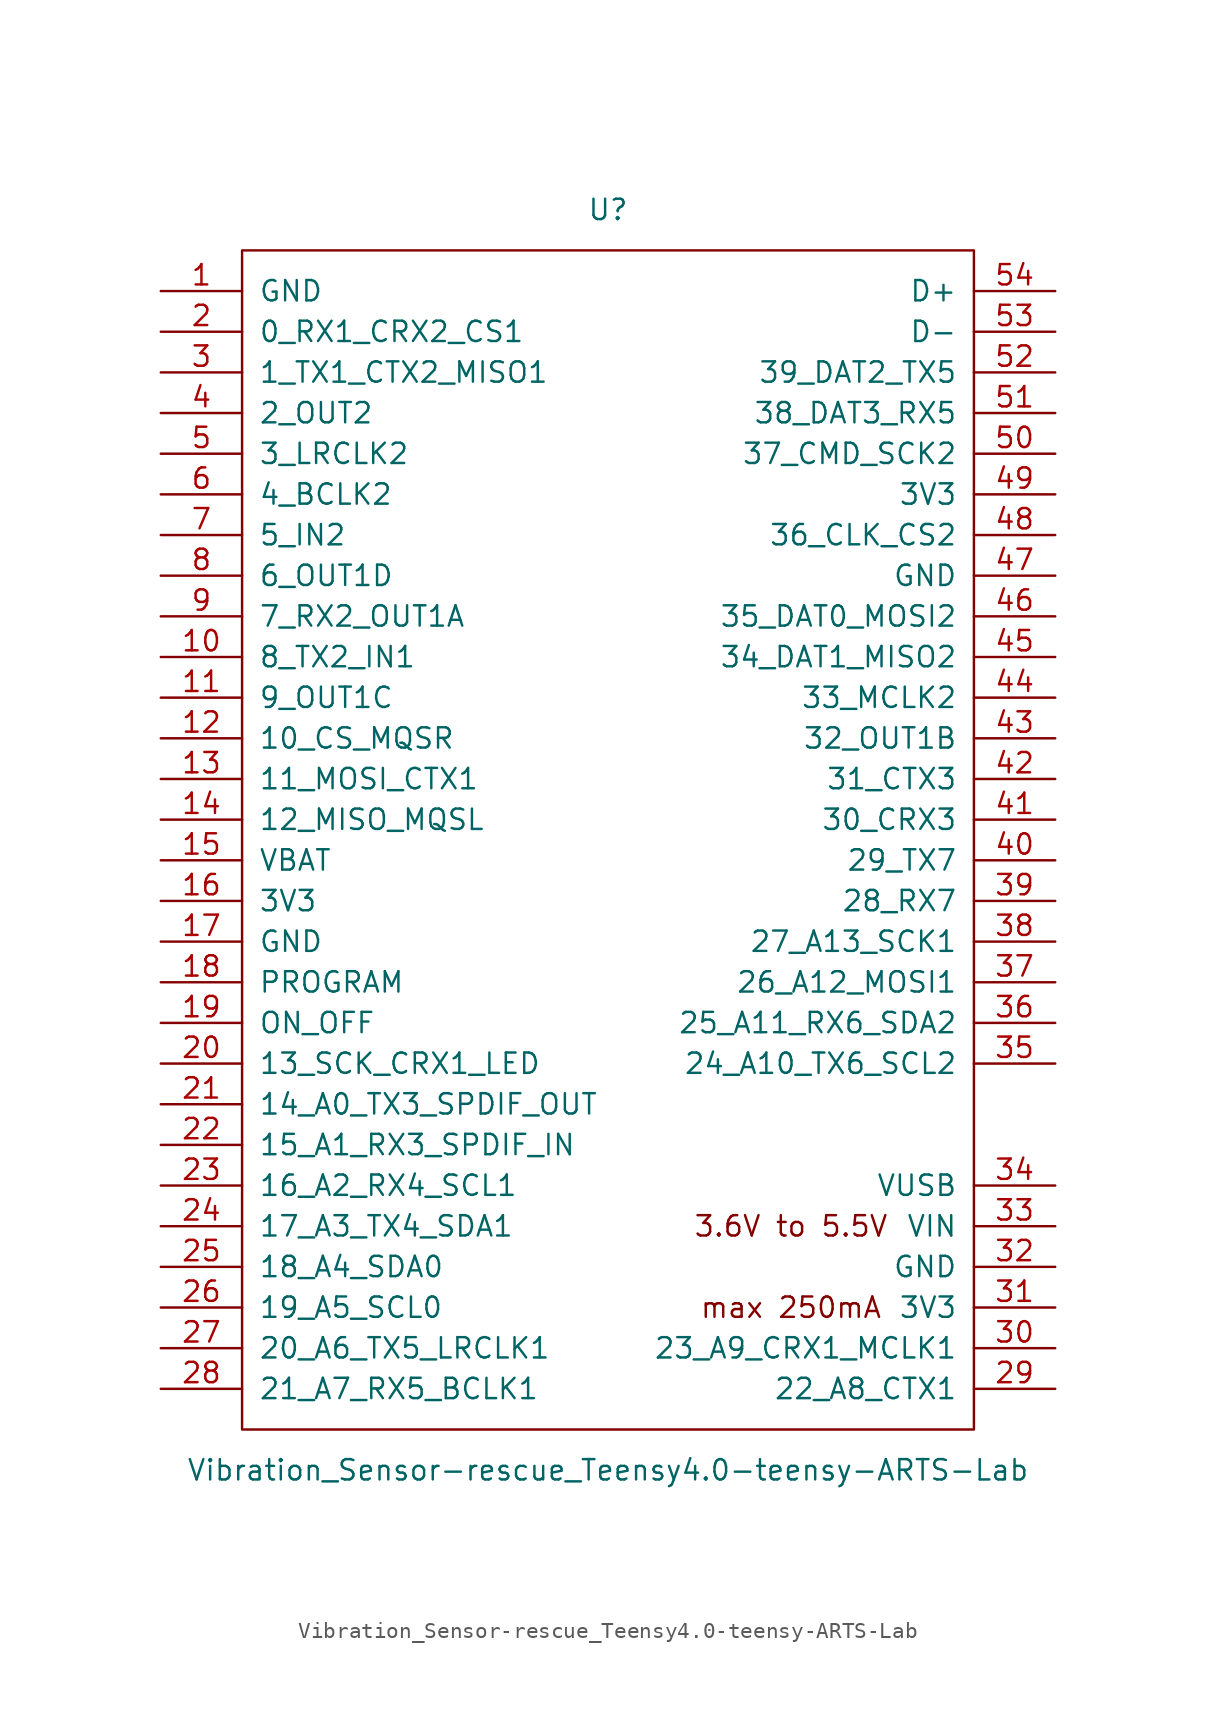
<source format=kicad_sym>
(kicad_symbol_lib
  (version 20220914)
  (generator kicad_symbol_editor)
  (symbol "Vibration_Sensor-rescue_Teensy4.0-teensy-ARTS-Lab"
    (pin_names
      (offset 1.016))
    (property "Reference" "U"
      (at 0 39.37 0)
      (effects (font (size 1.27 1.27))))
    (property "Value" "Vibration_Sensor-rescue_Teensy4.0-teensy-ARTS-Lab"
      (at 0 -39.37 0)
      (effects (font (size 1.27 1.27))))
    (symbol "Vibration_Sensor-rescue_Teensy4.0-teensy-ARTS-Lab_0_0"
      (text "3.6V to 5.5V" (at 11.43 -24.13 0) (effects (font (size 1.27 1.27))))
      (text "max 250mA" (at 11.43 -29.21 0) (effects (font (size 1.27 1.27))))
      (pin bidirectional line (at -27.94 11.43 0) (length 5.08) (name "8_TX2_IN1" (effects (font (size 1.27 1.27)))) (number "10" (effects (font (size 1.27 1.27)))))
      (pin bidirectional line (at -27.94 8.89 0) (length 5.08) (name "9_OUT1C" (effects (font (size 1.27 1.27)))) (number "11" (effects (font (size 1.27 1.27)))))
      (pin bidirectional line (at -27.94 6.35 0) (length 5.08) (name "10_CS_MQSR" (effects (font (size 1.27 1.27)))) (number "12" (effects (font (size 1.27 1.27)))))
      (pin bidirectional line (at -27.94 3.81 0) (length 5.08) (name "11_MOSI_CTX1" (effects (font (size 1.27 1.27)))) (number "13" (effects (font (size 1.27 1.27)))))
      (pin bidirectional line (at -27.94 1.27 0) (length 5.08) (name "12_MISO_MQSL" (effects (font (size 1.27 1.27)))) (number "14" (effects (font (size 1.27 1.27)))))
      (pin power_in line (at -27.94 -1.27 0) (length 5.08) (name "VBAT" (effects (font (size 1.27 1.27)))) (number "15" (effects (font (size 1.27 1.27)))))
      (pin power_in line (at -27.94 -3.81 0) (length 5.08) (name "3V3" (effects (font (size 1.27 1.27)))) (number "16" (effects (font (size 1.27 1.27)))))
      (pin power_in line (at -27.94 -6.35 0) (length 5.08) (name "GND" (effects (font (size 1.27 1.27)))) (number "17" (effects (font (size 1.27 1.27)))))
      (pin input line (at -27.94 -8.89 0) (length 5.08) (name "PROGRAM" (effects (font (size 1.27 1.27)))) (number "18" (effects (font (size 1.27 1.27)))))
      (pin input line (at -27.94 -11.43 0) (length 5.08) (name "ON_OFF" (effects (font (size 1.27 1.27)))) (number "19" (effects (font (size 1.27 1.27)))))
      (pin bidirectional line (at -27.94 -13.97 0) (length 5.08) (name "13_SCK_CRX1_LED" (effects (font (size 1.27 1.27)))) (number "20" (effects (font (size 1.27 1.27)))))
      (pin bidirectional line (at -27.94 -16.51 0) (length 5.08) (name "14_A0_TX3_SPDIF_OUT" (effects (font (size 1.27 1.27)))) (number "21" (effects (font (size 1.27 1.27)))))
      (pin bidirectional line (at -27.94 -19.05 0) (length 5.08) (name "15_A1_RX3_SPDIF_IN" (effects (font (size 1.27 1.27)))) (number "22" (effects (font (size 1.27 1.27)))))
      (pin bidirectional line (at -27.94 -21.59 0) (length 5.08) (name "16_A2_RX4_SCL1" (effects (font (size 1.27 1.27)))) (number "23" (effects (font (size 1.27 1.27)))))
      (pin bidirectional line (at -27.94 -24.13 0) (length 5.08) (name "17_A3_TX4_SDA1" (effects (font (size 1.27 1.27)))) (number "24" (effects (font (size 1.27 1.27)))))
      (pin bidirectional line (at -27.94 -26.67 0) (length 5.08) (name "18_A4_SDA0" (effects (font (size 1.27 1.27)))) (number "25" (effects (font (size 1.27 1.27)))))
      (pin bidirectional line (at -27.94 -29.21 0) (length 5.08) (name "19_A5_SCL0" (effects (font (size 1.27 1.27)))) (number "26" (effects (font (size 1.27 1.27)))))
      (pin bidirectional line (at -27.94 -31.75 0) (length 5.08) (name "20_A6_TX5_LRCLK1" (effects (font (size 1.27 1.27)))) (number "27" (effects (font (size 1.27 1.27)))))
      (pin bidirectional line (at -27.94 -34.29 0) (length 5.08) (name "21_A7_RX5_BCLK1" (effects (font (size 1.27 1.27)))) (number "28" (effects (font (size 1.27 1.27)))))
      (pin bidirectional line (at 27.94 -34.29 180) (length 5.08) (name "22_A8_CTX1" (effects (font (size 1.27 1.27)))) (number "29" (effects (font (size 1.27 1.27)))))
      (pin bidirectional line (at 27.94 -31.75 180) (length 5.08) (name "23_A9_CRX1_MCLK1" (effects (font (size 1.27 1.27)))) (number "30" (effects (font (size 1.27 1.27)))))
      (pin power_out line (at 27.94 -29.21 180) (length 5.08) (name "3V3" (effects (font (size 1.27 1.27)))) (number "31" (effects (font (size 1.27 1.27)))))
      (pin power_in line (at 27.94 -26.67 180) (length 5.08) (name "GND" (effects (font (size 1.27 1.27)))) (number "32" (effects (font (size 1.27 1.27)))))
      (pin power_in line (at 27.94 -24.13 180) (length 5.08) (name "VIN" (effects (font (size 1.27 1.27)))) (number "33" (effects (font (size 1.27 1.27)))))
      (pin power_out line (at 27.94 -21.59 180) (length 5.08) (name "VUSB" (effects (font (size 1.27 1.27)))) (number "34" (effects (font (size 1.27 1.27)))))
      (pin bidirectional line (at 27.94 -13.97 180) (length 5.08) (name "24_A10_TX6_SCL2" (effects (font (size 1.27 1.27)))) (number "35" (effects (font (size 1.27 1.27)))))
      (pin bidirectional line (at 27.94 -11.43 180) (length 5.08) (name "25_A11_RX6_SDA2" (effects (font (size 1.27 1.27)))) (number "36" (effects (font (size 1.27 1.27)))))
      (pin bidirectional line (at 27.94 -8.89 180) (length 5.08) (name "26_A12_MOSI1" (effects (font (size 1.27 1.27)))) (number "37" (effects (font (size 1.27 1.27)))))
      (pin bidirectional line (at 27.94 -6.35 180) (length 5.08) (name "27_A13_SCK1" (effects (font (size 1.27 1.27)))) (number "38" (effects (font (size 1.27 1.27)))))
      (pin bidirectional line (at 27.94 -3.81 180) (length 5.08) (name "28_RX7" (effects (font (size 1.27 1.27)))) (number "39" (effects (font (size 1.27 1.27)))))
      (pin bidirectional line (at 27.94 -1.27 180) (length 5.08) (name "29_TX7" (effects (font (size 1.27 1.27)))) (number "40" (effects (font (size 1.27 1.27)))))
      (pin bidirectional line (at 27.94 1.27 180) (length 5.08) (name "30_CRX3" (effects (font (size 1.27 1.27)))) (number "41" (effects (font (size 1.27 1.27)))))
      (pin bidirectional line (at 27.94 3.81 180) (length 5.08) (name "31_CTX3" (effects (font (size 1.27 1.27)))) (number "42" (effects (font (size 1.27 1.27)))))
      (pin bidirectional line (at 27.94 6.35 180) (length 5.08) (name "32_OUT1B" (effects (font (size 1.27 1.27)))) (number "43" (effects (font (size 1.27 1.27)))))
      (pin bidirectional line (at 27.94 8.89 180) (length 5.08) (name "33_MCLK2" (effects (font (size 1.27 1.27)))) (number "44" (effects (font (size 1.27 1.27)))))
      (pin bidirectional line (at 27.94 11.43 180) (length 5.08) (name "34_DAT1_MISO2" (effects (font (size 1.27 1.27)))) (number "45" (effects (font (size 1.27 1.27)))))
      (pin bidirectional line (at 27.94 13.97 180) (length 5.08) (name "35_DAT0_MOSI2" (effects (font (size 1.27 1.27)))) (number "46" (effects (font (size 1.27 1.27)))))
      (pin power_out line (at 27.94 16.51 180) (length 5.08) (name "GND" (effects (font (size 1.27 1.27)))) (number "47" (effects (font (size 1.27 1.27)))))
      (pin bidirectional line (at 27.94 19.05 180) (length 5.08) (name "36_CLK_CS2" (effects (font (size 1.27 1.27)))) (number "48" (effects (font (size 1.27 1.27)))))
      (pin power_out line (at 27.94 21.59 180) (length 5.08) (name "3V3" (effects (font (size 1.27 1.27)))) (number "49" (effects (font (size 1.27 1.27)))))
      (pin bidirectional line (at -27.94 24.13 0) (length 5.08) (name "3_LRCLK2" (effects (font (size 1.27 1.27)))) (number "5" (effects (font (size 1.27 1.27)))))
      (pin bidirectional line (at 27.94 24.13 180) (length 5.08) (name "37_CMD_SCK2" (effects (font (size 1.27 1.27)))) (number "50" (effects (font (size 1.27 1.27)))))
      (pin bidirectional line (at 27.94 26.67 180) (length 5.08) (name "38_DAT3_RX5" (effects (font (size 1.27 1.27)))) (number "51" (effects (font (size 1.27 1.27)))))
      (pin bidirectional line (at 27.94 29.21 180) (length 5.08) (name "39_DAT2_TX5" (effects (font (size 1.27 1.27)))) (number "52" (effects (font (size 1.27 1.27)))))
      (pin bidirectional line (at 27.94 31.75 180) (length 5.08) (name "D-" (effects (font (size 1.27 1.27)))) (number "53" (effects (font (size 1.27 1.27)))))
      (pin bidirectional line (at 27.94 34.29 180) (length 5.08) (name "D+" (effects (font (size 1.27 1.27)))) (number "54" (effects (font (size 1.27 1.27)))))
      (pin bidirectional line (at -27.94 21.59 0) (length 5.08) (name "4_BCLK2" (effects (font (size 1.27 1.27)))) (number "6" (effects (font (size 1.27 1.27)))))
      (pin bidirectional line (at -27.94 19.05 0) (length 5.08) (name "5_IN2" (effects (font (size 1.27 1.27)))) (number "7" (effects (font (size 1.27 1.27)))))
      (pin bidirectional line (at -27.94 16.51 0) (length 5.08) (name "6_OUT1D" (effects (font (size 1.27 1.27)))) (number "8" (effects (font (size 1.27 1.27)))))
      (pin bidirectional line (at -27.94 13.97 0) (length 5.08) (name "7_RX2_OUT1A" (effects (font (size 1.27 1.27)))) (number "9" (effects (font (size 1.27 1.27))))))
    (symbol "Vibration_Sensor-rescue_Teensy4.0-teensy-ARTS-Lab_0_1"
      (rectangle (start -22.86 36.83) (end 22.86 -36.83) (stroke (width 0) (type solid)) (fill (type none)))
      (rectangle (start -20.32 -31.75) (end -20.32 -31.75) (stroke (width 0) (type solid)) (fill (type none))))
    (symbol "Vibration_Sensor-rescue_Teensy4.0-teensy-ARTS-Lab_1_1"
      (pin power_in line (at -27.94 34.29 0) (length 5.08) (name "GND" (effects (font (size 1.27 1.27)))) (number "1" (effects (font (size 1.27 1.27)))))
      (pin bidirectional line (at -27.94 31.75 0) (length 5.08) (name "0_RX1_CRX2_CS1" (effects (font (size 1.27 1.27)))) (number "2" (effects (font (size 1.27 1.27)))))
      (pin bidirectional line (at -27.94 29.21 0) (length 5.08) (name "1_TX1_CTX2_MISO1" (effects (font (size 1.27 1.27)))) (number "3" (effects (font (size 1.27 1.27)))))
      (pin bidirectional line (at -27.94 26.67 0) (length 5.08) (name "2_OUT2" (effects (font (size 1.27 1.27)))) (number "4" (effects (font (size 1.27 1.27))))))))
</source>
